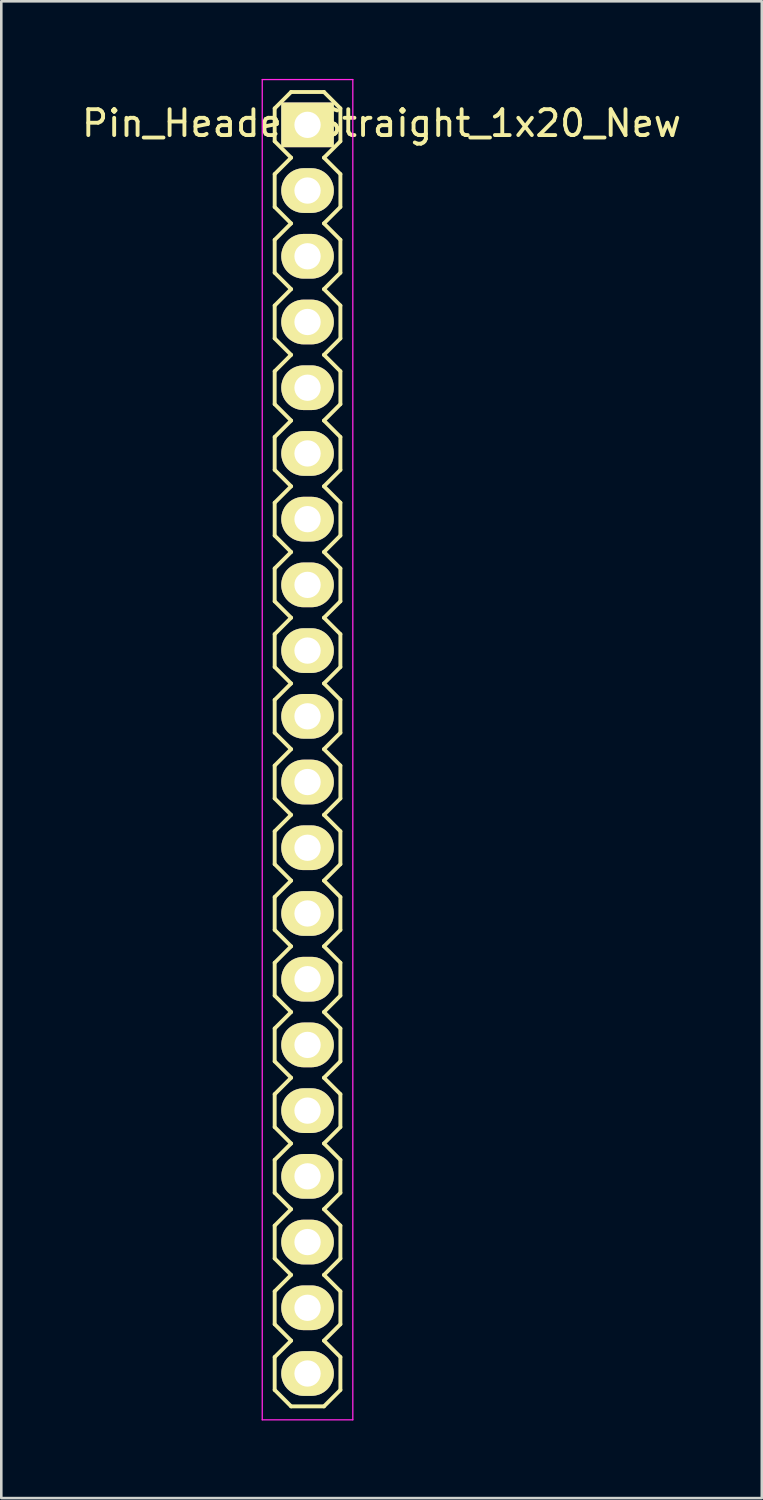
<source format=kicad_pcb>
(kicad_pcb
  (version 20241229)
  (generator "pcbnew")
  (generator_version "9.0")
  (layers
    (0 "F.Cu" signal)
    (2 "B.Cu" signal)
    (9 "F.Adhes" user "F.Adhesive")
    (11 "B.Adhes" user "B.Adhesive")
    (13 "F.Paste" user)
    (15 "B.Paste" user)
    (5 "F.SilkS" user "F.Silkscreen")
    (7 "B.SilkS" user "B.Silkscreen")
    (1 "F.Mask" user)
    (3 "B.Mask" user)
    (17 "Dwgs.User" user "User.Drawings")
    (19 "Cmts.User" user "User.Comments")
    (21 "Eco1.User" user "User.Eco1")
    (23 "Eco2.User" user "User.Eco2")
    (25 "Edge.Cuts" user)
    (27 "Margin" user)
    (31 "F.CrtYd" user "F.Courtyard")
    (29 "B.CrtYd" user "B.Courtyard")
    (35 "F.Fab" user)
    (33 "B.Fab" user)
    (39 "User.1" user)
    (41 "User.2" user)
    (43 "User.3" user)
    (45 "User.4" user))
  (footprint "Pin_Header_Straight_1x20_New"
    (layer "F.Cu")
    (at 8.836 1.775)
    (property "Reference" "Pin_Header_Straight_1x20_New" (at 2.86 -0.06 0) (layer "F.SilkS") (effects (font (size 1 1) (thickness 0.15))))
    (attr through_hole)
    (fp_line (start -1.27 -0.635) (end -0.635 -1.27) (stroke (width 0.15) (type solid)) (layer "F.SilkS"))
    (fp_line (start -1.27 0.635) (end -1.27 -0.635) (stroke (width 0.15) (type solid)) (layer "F.SilkS"))
    (fp_line (start -1.27 1.905) (end -1.27 3.175) (stroke (width 0.15) (type solid)) (layer "F.SilkS"))
    (fp_line (start -1.27 3.175) (end -0.635 3.81) (stroke (width 0.15) (type solid)) (layer "F.SilkS"))
    (fp_line (start -1.27 4.445) (end -1.27 5.715) (stroke (width 0.15) (type solid)) (layer "F.SilkS"))
    (fp_line (start -1.27 5.715) (end -0.635 6.35) (stroke (width 0.15) (type solid)) (layer "F.SilkS"))
    (fp_line (start -1.27 6.985) (end -1.27 8.255) (stroke (width 0.15) (type solid)) (layer "F.SilkS"))
    (fp_line (start -1.27 8.255) (end -0.635 8.89) (stroke (width 0.15) (type solid)) (layer "F.SilkS"))
    (fp_line (start -1.27 9.525) (end -1.27 10.795) (stroke (width 0.15) (type solid)) (layer "F.SilkS"))
    (fp_line (start -1.27 10.795) (end -0.635 11.43) (stroke (width 0.15) (type solid)) (layer "F.SilkS"))
    (fp_line (start -1.27 12.065) (end -1.27 13.335) (stroke (width 0.15) (type solid)) (layer "F.SilkS"))
    (fp_line (start -1.27 13.335) (end -0.635 13.97) (stroke (width 0.15) (type solid)) (layer "F.SilkS"))
    (fp_line (start -1.27 14.605) (end -1.27 15.875) (stroke (width 0.15) (type solid)) (layer "F.SilkS"))
    (fp_line (start -1.27 15.875) (end -0.635 16.51) (stroke (width 0.15) (type solid)) (layer "F.SilkS"))
    (fp_line (start -1.27 17.145) (end -1.27 18.415) (stroke (width 0.15) (type solid)) (layer "F.SilkS"))
    (fp_line (start -1.27 18.415) (end -0.635 19.05) (stroke (width 0.15) (type solid)) (layer "F.SilkS"))
    (fp_line (start -1.27 19.685) (end -1.27 20.955) (stroke (width 0.15) (type solid)) (layer "F.SilkS"))
    (fp_line (start -1.27 20.955) (end -0.635 21.59) (stroke (width 0.15) (type solid)) (layer "F.SilkS"))
    (fp_line (start -1.27 22.225) (end -1.27 23.495) (stroke (width 0.15) (type solid)) (layer "F.SilkS"))
    (fp_line (start -1.27 23.495) (end -0.635 24.13) (stroke (width 0.15) (type solid)) (layer "F.SilkS"))
    (fp_line (start -1.27 24.765) (end -1.27 26.035) (stroke (width 0.15) (type solid)) (layer "F.SilkS"))
    (fp_line (start -1.27 26.035) (end -0.635 26.67) (stroke (width 0.15) (type solid)) (layer "F.SilkS"))
    (fp_line (start -1.27 27.305) (end -1.27 28.575) (stroke (width 0.15) (type solid)) (layer "F.SilkS"))
    (fp_line (start -1.27 28.575) (end -0.635 29.21) (stroke (width 0.15) (type solid)) (layer "F.SilkS"))
    (fp_line (start -1.27 29.845) (end -1.27 31.115) (stroke (width 0.15) (type solid)) (layer "F.SilkS"))
    (fp_line (start -1.27 31.115) (end -0.635 31.75) (stroke (width 0.15) (type solid)) (layer "F.SilkS"))
    (fp_line (start -1.27 32.385) (end -1.27 33.655) (stroke (width 0.15) (type solid)) (layer "F.SilkS"))
    (fp_line (start -1.27 33.655) (end -0.635 34.29) (stroke (width 0.15) (type solid)) (layer "F.SilkS"))
    (fp_line (start -1.27 34.925) (end -1.27 36.195) (stroke (width 0.15) (type solid)) (layer "F.SilkS"))
    (fp_line (start -1.27 36.195) (end -0.635 36.83) (stroke (width 0.15) (type solid)) (layer "F.SilkS"))
    (fp_line (start -1.27 37.465) (end -1.27 38.735) (stroke (width 0.15) (type solid)) (layer "F.SilkS"))
    (fp_line (start -1.27 38.735) (end -0.635 39.37) (stroke (width 0.15) (type solid)) (layer "F.SilkS"))
    (fp_line (start -1.27 40.005) (end -1.27 41.275) (stroke (width 0.15) (type solid)) (layer "F.SilkS"))
    (fp_line (start -1.27 41.275) (end -0.635 41.91) (stroke (width 0.15) (type solid)) (layer "F.SilkS"))
    (fp_line (start -1.27 42.545) (end -1.27 43.815) (stroke (width 0.15) (type solid)) (layer "F.SilkS"))
    (fp_line (start -1.27 43.815) (end -0.635 44.45) (stroke (width 0.15) (type solid)) (layer "F.SilkS"))
    (fp_line (start -1.27 45.085) (end -1.27 46.355) (stroke (width 0.15) (type solid)) (layer "F.SilkS"))
    (fp_line (start -1.27 46.355) (end -0.635 46.99) (stroke (width 0.15) (type solid)) (layer "F.SilkS"))
    (fp_line (start -1.27 47.625) (end -1.27 48.895) (stroke (width 0.15) (type solid)) (layer "F.SilkS"))
    (fp_line (start -1.27 48.895) (end -0.635 49.53) (stroke (width 0.15) (type solid)) (layer "F.SilkS"))
    (fp_line (start -0.635 -1.27) (end 0.635 -1.27) (stroke (width 0.15) (type solid)) (layer "F.SilkS"))
    (fp_line (start -0.635 1.27) (end -1.27 0.635) (stroke (width 0.15) (type solid)) (layer "F.SilkS"))
    (fp_line (start -0.635 1.27) (end -1.27 1.905) (stroke (width 0.15) (type solid)) (layer "F.SilkS"))
    (fp_line (start -0.635 3.81) (end -1.27 4.445) (stroke (width 0.15) (type solid)) (layer "F.SilkS"))
    (fp_line (start -0.635 6.35) (end -1.27 6.985) (stroke (width 0.15) (type solid)) (layer "F.SilkS"))
    (fp_line (start -0.635 8.89) (end -1.27 9.525) (stroke (width 0.15) (type solid)) (layer "F.SilkS"))
    (fp_line (start -0.635 11.43) (end -1.27 12.065) (stroke (width 0.15) (type solid)) (layer "F.SilkS"))
    (fp_line (start -0.635 13.97) (end -1.27 14.605) (stroke (width 0.15) (type solid)) (layer "F.SilkS"))
    (fp_line (start -0.635 16.51) (end -1.27 17.145) (stroke (width 0.15) (type solid)) (layer "F.SilkS"))
    (fp_line (start -0.635 19.05) (end -1.27 19.685) (stroke (width 0.15) (type solid)) (layer "F.SilkS"))
    (fp_line (start -0.635 21.59) (end -1.27 22.225) (stroke (width 0.15) (type solid)) (layer "F.SilkS"))
    (fp_line (start -0.635 24.13) (end -1.27 24.765) (stroke (width 0.15) (type solid)) (layer "F.SilkS"))
    (fp_line (start -0.635 26.67) (end -1.27 27.305) (stroke (width 0.15) (type solid)) (layer "F.SilkS"))
    (fp_line (start -0.635 29.21) (end -1.27 29.845) (stroke (width 0.15) (type solid)) (layer "F.SilkS"))
    (fp_line (start -0.635 31.75) (end -1.27 32.385) (stroke (width 0.15) (type solid)) (layer "F.SilkS"))
    (fp_line (start -0.635 34.29) (end -1.27 34.925) (stroke (width 0.15) (type solid)) (layer "F.SilkS"))
    (fp_line (start -0.635 36.83) (end -1.27 37.465) (stroke (width 0.15) (type solid)) (layer "F.SilkS"))
    (fp_line (start -0.635 39.37) (end -1.27 40.005) (stroke (width 0.15) (type solid)) (layer "F.SilkS"))
    (fp_line (start -0.635 41.91) (end -1.27 42.545) (stroke (width 0.15) (type solid)) (layer "F.SilkS"))
    (fp_line (start -0.635 44.45) (end -1.27 45.085) (stroke (width 0.15) (type solid)) (layer "F.SilkS"))
    (fp_line (start -0.635 46.99) (end -1.27 47.625) (stroke (width 0.15) (type solid)) (layer "F.SilkS"))
    (fp_line (start -0.635 49.53) (end 0.635 49.53) (stroke (width 0.15) (type solid)) (layer "F.SilkS"))
    (fp_line (start 0.635 -1.27) (end 1.27 -0.635) (stroke (width 0.15) (type solid)) (layer "F.SilkS"))
    (fp_line (start 0.635 3.81) (end 1.27 3.175) (stroke (width 0.15) (type solid)) (layer "F.SilkS"))
    (fp_line (start 0.635 6.35) (end 1.27 5.715) (stroke (width 0.15) (type solid)) (layer "F.SilkS"))
    (fp_line (start 0.635 8.89) (end 1.27 8.255) (stroke (width 0.15) (type solid)) (layer "F.SilkS"))
    (fp_line (start 0.635 11.43) (end 1.27 10.795) (stroke (width 0.15) (type solid)) (layer "F.SilkS"))
    (fp_line (start 0.635 13.97) (end 1.27 13.335) (stroke (width 0.15) (type solid)) (layer "F.SilkS"))
    (fp_line (start 0.635 16.51) (end 1.27 15.875) (stroke (width 0.15) (type solid)) (layer "F.SilkS"))
    (fp_line (start 0.635 19.05) (end 1.27 18.415) (stroke (width 0.15) (type solid)) (layer "F.SilkS"))
    (fp_line (start 0.635 21.59) (end 1.27 20.955) (stroke (width 0.15) (type solid)) (layer "F.SilkS"))
    (fp_line (start 0.635 24.13) (end 1.27 23.495) (stroke (width 0.15) (type solid)) (layer "F.SilkS"))
    (fp_line (start 0.635 26.67) (end 1.27 26.035) (stroke (width 0.15) (type solid)) (layer "F.SilkS"))
    (fp_line (start 0.635 29.21) (end 1.27 28.575) (stroke (width 0.15) (type solid)) (layer "F.SilkS"))
    (fp_line (start 0.635 31.75) (end 1.27 31.115) (stroke (width 0.15) (type solid)) (layer "F.SilkS"))
    (fp_line (start 0.635 34.29) (end 1.27 33.655) (stroke (width 0.15) (type solid)) (layer "F.SilkS"))
    (fp_line (start 0.635 36.83) (end 1.27 36.195) (stroke (width 0.15) (type solid)) (layer "F.SilkS"))
    (fp_line (start 0.635 39.37) (end 1.27 38.735) (stroke (width 0.15) (type solid)) (layer "F.SilkS"))
    (fp_line (start 0.635 41.91) (end 1.27 41.275) (stroke (width 0.15) (type solid)) (layer "F.SilkS"))
    (fp_line (start 0.635 44.45) (end 1.27 43.815) (stroke (width 0.15) (type solid)) (layer "F.SilkS"))
    (fp_line (start 0.635 46.99) (end 1.27 46.355) (stroke (width 0.15) (type solid)) (layer "F.SilkS"))
    (fp_line (start 0.635 49.53) (end 1.27 48.895) (stroke (width 0.15) (type solid)) (layer "F.SilkS"))
    (fp_line (start 1.27 -0.635) (end 1.27 0.635) (stroke (width 0.15) (type solid)) (layer "F.SilkS"))
    (fp_line (start 1.27 0.635) (end 0.635 1.27) (stroke (width 0.15) (type solid)) (layer "F.SilkS"))
    (fp_line (start 1.27 1.905) (end 0.635 1.27) (stroke (width 0.15) (type solid)) (layer "F.SilkS"))
    (fp_line (start 1.27 3.175) (end 1.27 1.905) (stroke (width 0.15) (type solid)) (layer "F.SilkS"))
    (fp_line (start 1.27 4.445) (end 0.635 3.81) (stroke (width 0.15) (type solid)) (layer "F.SilkS"))
    (fp_line (start 1.27 5.715) (end 1.27 4.445) (stroke (width 0.15) (type solid)) (layer "F.SilkS"))
    (fp_line (start 1.27 6.985) (end 0.635 6.35) (stroke (width 0.15) (type solid)) (layer "F.SilkS"))
    (fp_line (start 1.27 8.255) (end 1.27 6.985) (stroke (width 0.15) (type solid)) (layer "F.SilkS"))
    (fp_line (start 1.27 9.525) (end 0.635 8.89) (stroke (width 0.15) (type solid)) (layer "F.SilkS"))
    (fp_line (start 1.27 10.795) (end 1.27 9.525) (stroke (width 0.15) (type solid)) (layer "F.SilkS"))
    (fp_line (start 1.27 12.065) (end 0.635 11.43) (stroke (width 0.15) (type solid)) (layer "F.SilkS"))
    (fp_line (start 1.27 13.335) (end 1.27 12.065) (stroke (width 0.15) (type solid)) (layer "F.SilkS"))
    (fp_line (start 1.27 14.605) (end 0.635 13.97) (stroke (width 0.15) (type solid)) (layer "F.SilkS"))
    (fp_line (start 1.27 15.875) (end 1.27 14.605) (stroke (width 0.15) (type solid)) (layer "F.SilkS"))
    (fp_line (start 1.27 17.145) (end 0.635 16.51) (stroke (width 0.15) (type solid)) (layer "F.SilkS"))
    (fp_line (start 1.27 18.415) (end 1.27 17.145) (stroke (width 0.15) (type solid)) (layer "F.SilkS"))
    (fp_line (start 1.27 19.685) (end 0.635 19.05) (stroke (width 0.15) (type solid)) (layer "F.SilkS"))
    (fp_line (start 1.27 20.955) (end 1.27 19.685) (stroke (width 0.15) (type solid)) (layer "F.SilkS"))
    (fp_line (start 1.27 22.225) (end 0.635 21.59) (stroke (width 0.15) (type solid)) (layer "F.SilkS"))
    (fp_line (start 1.27 23.495) (end 1.27 22.225) (stroke (width 0.15) (type solid)) (layer "F.SilkS"))
    (fp_line (start 1.27 24.765) (end 0.635 24.13) (stroke (width 0.15) (type solid)) (layer "F.SilkS"))
    (fp_line (start 1.27 26.035) (end 1.27 24.765) (stroke (width 0.15) (type solid)) (layer "F.SilkS"))
    (fp_line (start 1.27 27.305) (end 0.635 26.67) (stroke (width 0.15) (type solid)) (layer "F.SilkS"))
    (fp_line (start 1.27 28.575) (end 1.27 27.305) (stroke (width 0.15) (type solid)) (layer "F.SilkS"))
    (fp_line (start 1.27 29.845) (end 0.635 29.21) (stroke (width 0.15) (type solid)) (layer "F.SilkS"))
    (fp_line (start 1.27 31.115) (end 1.27 29.845) (stroke (width 0.15) (type solid)) (layer "F.SilkS"))
    (fp_line (start 1.27 32.385) (end 0.635 31.75) (stroke (width 0.15) (type solid)) (layer "F.SilkS"))
    (fp_line (start 1.27 33.655) (end 1.27 32.385) (stroke (width 0.15) (type solid)) (layer "F.SilkS"))
    (fp_line (start 1.27 34.925) (end 0.635 34.29) (stroke (width 0.15) (type solid)) (layer "F.SilkS"))
    (fp_line (start 1.27 36.195) (end 1.27 34.925) (stroke (width 0.15) (type solid)) (layer "F.SilkS"))
    (fp_line (start 1.27 37.465) (end 0.635 36.83) (stroke (width 0.15) (type solid)) (layer "F.SilkS"))
    (fp_line (start 1.27 38.735) (end 1.27 37.465) (stroke (width 0.15) (type solid)) (layer "F.SilkS"))
    (fp_line (start 1.27 40.005) (end 0.635 39.37) (stroke (width 0.15) (type solid)) (layer "F.SilkS"))
    (fp_line (start 1.27 41.275) (end 1.27 40.005) (stroke (width 0.15) (type solid)) (layer "F.SilkS"))
    (fp_line (start 1.27 42.545) (end 0.635 41.91) (stroke (width 0.15) (type solid)) (layer "F.SilkS"))
    (fp_line (start 1.27 43.815) (end 1.27 42.545) (stroke (width 0.15) (type solid)) (layer "F.SilkS"))
    (fp_line (start 1.27 45.085) (end 0.635 44.45) (stroke (width 0.15) (type solid)) (layer "F.SilkS"))
    (fp_line (start 1.27 46.355) (end 1.27 45.085) (stroke (width 0.15) (type solid)) (layer "F.SilkS"))
    (fp_line (start 1.27 47.625) (end 0.635 46.99) (stroke (width 0.15) (type solid)) (layer "F.SilkS"))
    (fp_line (start 1.27 48.895) (end 1.27 47.625) (stroke (width 0.15) (type solid)) (layer "F.SilkS"))
    (fp_line (start -1.75 -1.75) (end -1.75 50.05) (stroke (width 0.05) (type solid)) (layer "F.CrtYd"))
    (fp_line (start -1.75 -1.75) (end 1.75 -1.75) (stroke (width 0.05) (type solid)) (layer "F.CrtYd"))
    (fp_line (start -1.75 50.05) (end 1.75 50.05) (stroke (width 0.05) (type solid)) (layer "F.CrtYd"))
    (fp_line (start 1.75 -1.75) (end 1.75 50.05) (stroke (width 0.05) (type solid)) (layer "F.CrtYd"))
    (pad "1" thru_hole rect (at 0 0) (size 2.032 1.727) (drill 1.016) (layers "*.Cu" "*.Mask" "F.SilkS"))
    (pad "2" thru_hole oval (at 0 2.54) (size 2.032 1.727) (drill 1.016) (layers "*.Cu" "*.Mask" "F.SilkS"))
    (pad "3" thru_hole oval (at 0 5.08) (size 2.032 1.727) (drill 1.016) (layers "*.Cu" "*.Mask" "F.SilkS"))
    (pad "4" thru_hole oval (at 0 7.62) (size 2.032 1.727) (drill 1.016) (layers "*.Cu" "*.Mask" "F.SilkS"))
    (pad "5" thru_hole oval (at 0 10.16) (size 2.032 1.727) (drill 1.016) (layers "*.Cu" "*.Mask" "F.SilkS"))
    (pad "6" thru_hole oval (at 0 12.7) (size 2.032 1.727) (drill 1.016) (layers "*.Cu" "*.Mask" "F.SilkS"))
    (pad "7" thru_hole oval (at 0 15.24) (size 2.032 1.727) (drill 1.016) (layers "*.Cu" "*.Mask" "F.SilkS"))
    (pad "8" thru_hole oval (at 0 17.78) (size 2.032 1.727) (drill 1.016) (layers "*.Cu" "*.Mask" "F.SilkS"))
    (pad "9" thru_hole oval (at 0 20.32) (size 2.032 1.727) (drill 1.016) (layers "*.Cu" "*.Mask" "F.SilkS"))
    (pad "10" thru_hole oval (at 0 22.86) (size 2.032 1.727) (drill 1.016) (layers "*.Cu" "*.Mask" "F.SilkS"))
    (pad "11" thru_hole oval (at 0 25.4) (size 2.032 1.727) (drill 1.016) (layers "*.Cu" "*.Mask" "F.SilkS"))
    (pad "12" thru_hole oval (at 0 27.94) (size 2.032 1.727) (drill 1.016) (layers "*.Cu" "*.Mask" "F.SilkS"))
    (pad "13" thru_hole oval (at 0 30.48) (size 2.032 1.727) (drill 1.016) (layers "*.Cu" "*.Mask" "F.SilkS"))
    (pad "14" thru_hole oval (at 0 33.02) (size 2.032 1.727) (drill 1.016) (layers "*.Cu" "*.Mask" "F.SilkS"))
    (pad "15" thru_hole oval (at 0 35.56) (size 2.032 1.727) (drill 1.016) (layers "*.Cu" "*.Mask" "F.SilkS"))
    (pad "16" thru_hole oval (at 0 38.1) (size 2.032 1.727) (drill 1.016) (layers "*.Cu" "*.Mask" "F.SilkS"))
    (pad "17" thru_hole oval (at 0 40.64) (size 2.032 1.727) (drill 1.016) (layers "*.Cu" "*.Mask" "F.SilkS"))
    (pad "18" thru_hole oval (at 0 43.18) (size 2.032 1.727) (drill 1.016) (layers "*.Cu" "*.Mask" "F.SilkS"))
    (pad "19" thru_hole oval (at 0 45.72) (size 2.032 1.727) (drill 1.016) (layers "*.Cu" "*.Mask" "F.SilkS"))
    (pad "20" thru_hole oval (at 0 48.26) (size 2.032 1.727) (drill 1.016) (layers "*.Cu" "*.Mask" "F.SilkS")))
  (gr_rect
    (start -3 -3)
    (end 26.393 54.85)
    (stroke (width 0.1) (type default))
    (fill no)
    (layer "Edge.Cuts")))
</source>
